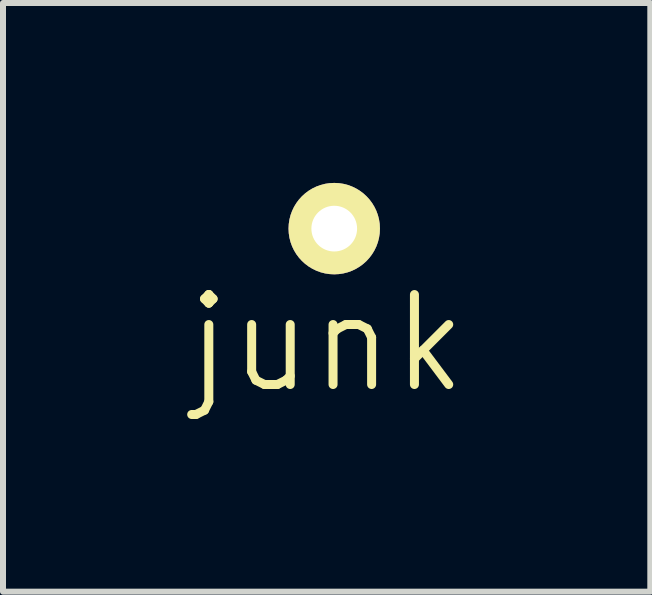
<source format=kicad_pcb>
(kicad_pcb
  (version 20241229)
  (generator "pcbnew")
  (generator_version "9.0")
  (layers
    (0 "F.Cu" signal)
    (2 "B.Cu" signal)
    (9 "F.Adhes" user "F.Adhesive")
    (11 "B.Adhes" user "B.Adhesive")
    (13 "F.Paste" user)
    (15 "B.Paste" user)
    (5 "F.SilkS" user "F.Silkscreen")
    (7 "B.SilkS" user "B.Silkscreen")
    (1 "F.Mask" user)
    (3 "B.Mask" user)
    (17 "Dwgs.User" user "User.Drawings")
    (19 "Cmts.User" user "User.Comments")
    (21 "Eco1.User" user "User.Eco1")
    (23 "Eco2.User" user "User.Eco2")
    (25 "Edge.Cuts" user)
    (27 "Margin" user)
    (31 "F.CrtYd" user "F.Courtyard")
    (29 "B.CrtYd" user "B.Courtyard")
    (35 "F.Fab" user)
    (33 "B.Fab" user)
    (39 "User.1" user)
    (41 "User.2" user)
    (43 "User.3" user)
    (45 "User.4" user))
  (footprint "junk"
    (layer "F.Cu")
    (at 2.396 2.675)
    (property "Reference" "junk" (at 0 0 0) (layer "F.SilkS") (effects (font (size 1.5 1.5) (thickness 0.15))))
    (attr through_hole)
    (pad "1" thru_hole circle (at 0.127 -1.913) (size 1.524 1.524) (drill 0.762) (layers "*.Mask" "B.Cu" "F.SilkS")))
  (gr_rect
    (start -3 -3)
    (end 7.793 6.815)
    (stroke (width 0.1) (type default))
    (fill no)
    (layer "Edge.Cuts")))
</source>
